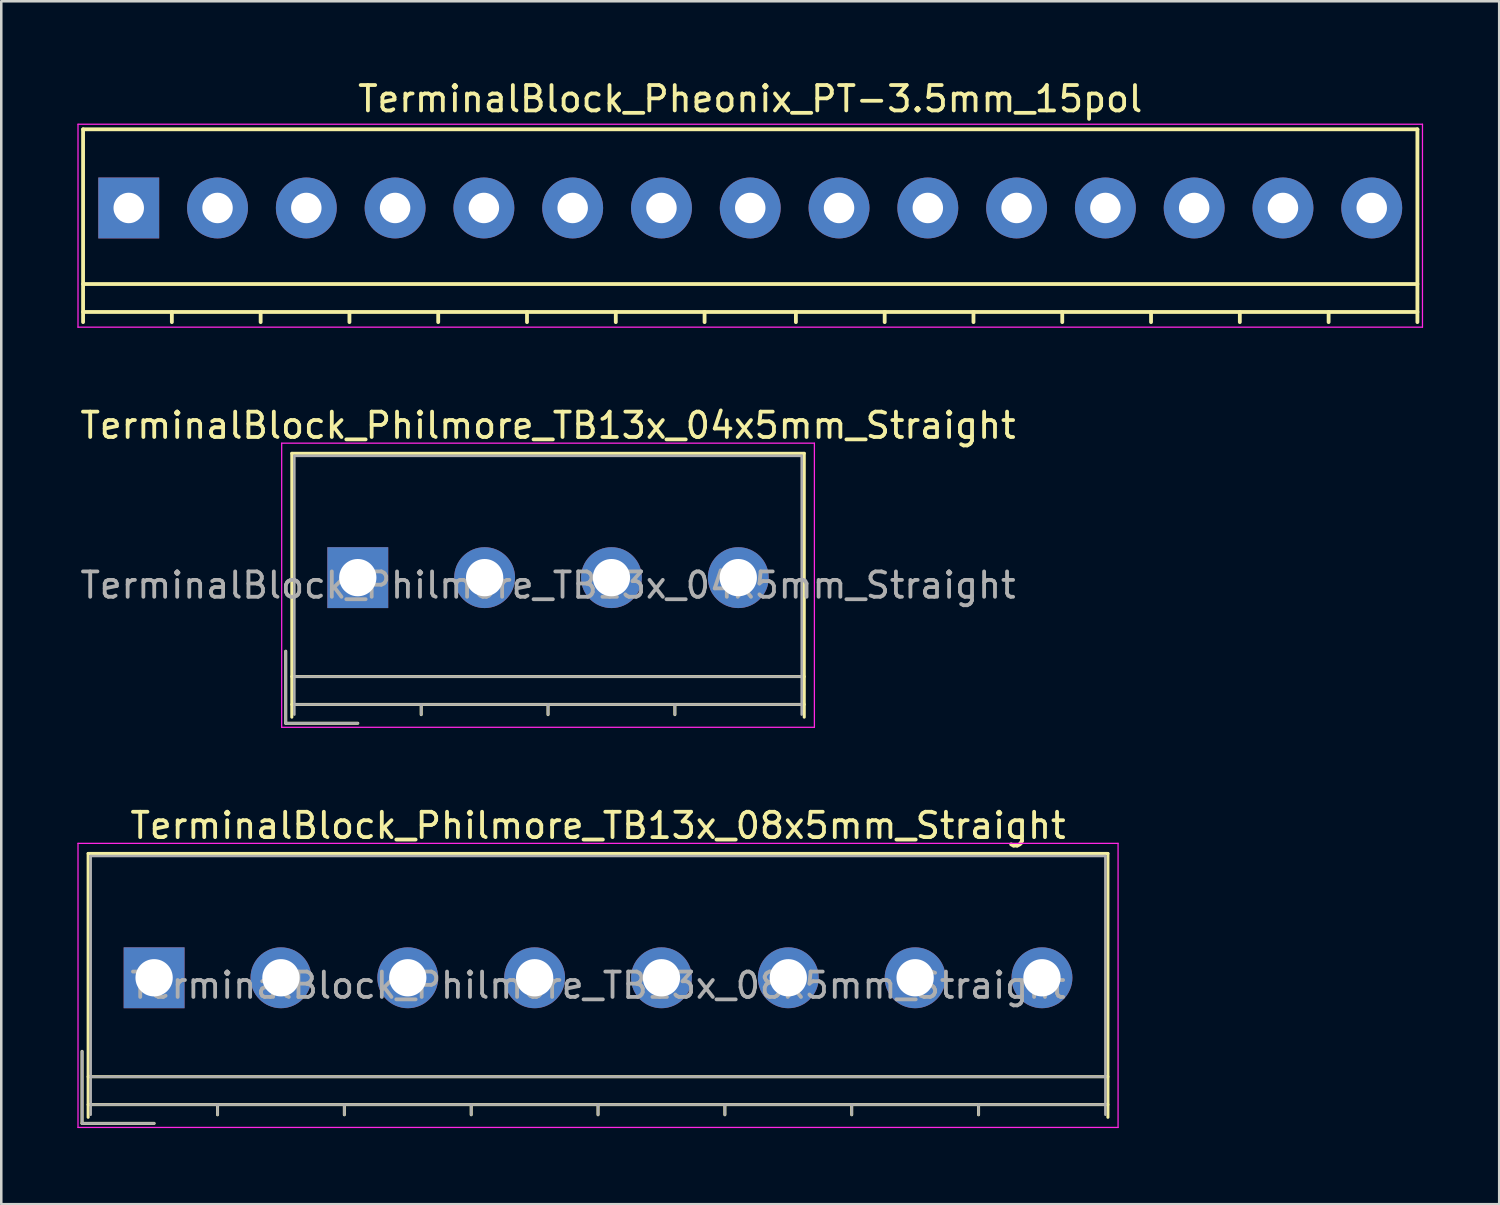
<source format=kicad_pcb>
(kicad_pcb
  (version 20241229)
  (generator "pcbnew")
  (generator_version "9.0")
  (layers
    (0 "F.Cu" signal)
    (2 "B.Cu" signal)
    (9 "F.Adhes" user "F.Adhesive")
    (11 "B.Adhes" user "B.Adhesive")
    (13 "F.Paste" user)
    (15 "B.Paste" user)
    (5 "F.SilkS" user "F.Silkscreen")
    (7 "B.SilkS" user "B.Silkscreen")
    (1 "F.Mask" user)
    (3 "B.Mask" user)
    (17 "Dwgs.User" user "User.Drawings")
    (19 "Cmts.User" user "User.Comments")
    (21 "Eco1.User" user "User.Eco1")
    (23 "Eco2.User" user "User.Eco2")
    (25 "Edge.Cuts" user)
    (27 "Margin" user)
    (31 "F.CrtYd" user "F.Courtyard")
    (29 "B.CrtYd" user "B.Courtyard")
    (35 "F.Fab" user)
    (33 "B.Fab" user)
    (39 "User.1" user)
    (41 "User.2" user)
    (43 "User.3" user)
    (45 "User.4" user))
  (footprint "TerminalBlock_Philmore_TB13x_08x5mm_Straight"
    (layer "F.Cu")
    (at 3.025 35.495)
    (property "Reference" "TerminalBlock_Philmore_TB13x_08x5mm_Straight" (at 17.5 -6 0) (layer "F.SilkS") (effects (font (size 1 1) (thickness 0.15))))
    (attr through_hole)
    (fp_line (start -2.84 2.9) (end -2.84 5.74) (stroke (width 0.12) (type solid)) (layer "F.SilkS"))
    (fp_line (start -2.84 5.74) (end 0 5.74) (stroke (width 0.12) (type solid)) (layer "F.SilkS"))
    (fp_line (start -2.6 -4.9) (end 37.6 -4.9) (stroke (width 0.12) (type solid)) (layer "F.SilkS"))
    (fp_line (start -2.6 3.9) (end 37.6 3.9) (stroke (width 0.12) (type solid)) (layer "F.SilkS"))
    (fp_line (start -2.6 5) (end 37.6 5) (stroke (width 0.12) (type solid)) (layer "F.SilkS"))
    (fp_line (start -2.6 5.5) (end -2.6 -4.9) (stroke (width 0.12) (type solid)) (layer "F.SilkS"))
    (fp_line (start 2.5 5) (end 2.5 5.4) (stroke (width 0.12) (type solid)) (layer "F.SilkS"))
    (fp_line (start 7.5 5) (end 7.5 5.4) (stroke (width 0.12) (type solid)) (layer "F.SilkS"))
    (fp_line (start 12.5 5) (end 12.5 5.4) (stroke (width 0.12) (type solid)) (layer "F.SilkS"))
    (fp_line (start 17.5 5) (end 17.5 5.4) (stroke (width 0.12) (type solid)) (layer "F.SilkS"))
    (fp_line (start 22.5 5) (end 22.5 5.4) (stroke (width 0.12) (type solid)) (layer "F.SilkS"))
    (fp_line (start 27.5 5) (end 27.5 5.4) (stroke (width 0.12) (type solid)) (layer "F.SilkS"))
    (fp_line (start 32.5 5) (end 32.5 5.4) (stroke (width 0.12) (type solid)) (layer "F.SilkS"))
    (fp_line (start 37.6 -4.9) (end 37.6 5.5) (stroke (width 0.12) (type solid)) (layer "F.SilkS"))
    (fp_line (start -3 -5.3) (end -3 5.9) (stroke (width 0.05) (type solid)) (layer "F.CrtYd"))
    (fp_line (start -3 5.9) (end 38 5.9) (stroke (width 0.05) (type solid)) (layer "F.CrtYd"))
    (fp_line (start 38 -5.3) (end -3 -5.3) (stroke (width 0.05) (type solid)) (layer "F.CrtYd"))
    (fp_line (start 38 5.9) (end 38 -5.3) (stroke (width 0.05) (type solid)) (layer "F.CrtYd"))
    (fp_line (start -2.84 2.9) (end -2.84 5.74) (stroke (width 0.1) (type solid)) (layer "F.Fab"))
    (fp_line (start -2.84 5.74) (end 0 5.74) (stroke (width 0.1) (type solid)) (layer "F.Fab"))
    (fp_line (start -2.5 -4.8) (end 37.5 -4.8) (stroke (width 0.1) (type solid)) (layer "F.Fab"))
    (fp_line (start -2.5 3.9) (end 37.5 3.9) (stroke (width 0.1) (type solid)) (layer "F.Fab"))
    (fp_line (start -2.5 5) (end 37.5 5) (stroke (width 0.1) (type solid)) (layer "F.Fab"))
    (fp_line (start -2.5 5.4) (end -2.5 -4.8) (stroke (width 0.1) (type solid)) (layer "F.Fab"))
    (fp_line (start 2.5 5) (end 2.5 5.4) (stroke (width 0.1) (type solid)) (layer "F.Fab"))
    (fp_line (start 7.5 5) (end 7.5 5.4) (stroke (width 0.1) (type solid)) (layer "F.Fab"))
    (fp_line (start 12.5 5) (end 12.5 5.4) (stroke (width 0.1) (type solid)) (layer "F.Fab"))
    (fp_line (start 17.5 5) (end 17.5 5.4) (stroke (width 0.1) (type solid)) (layer "F.Fab"))
    (fp_line (start 22.5 5) (end 22.5 5.4) (stroke (width 0.1) (type solid)) (layer "F.Fab"))
    (fp_line (start 27.5 5) (end 27.5 5.4) (stroke (width 0.1) (type solid)) (layer "F.Fab"))
    (fp_line (start 32.5 5) (end 32.5 5.4) (stroke (width 0.1) (type solid)) (layer "F.Fab"))
    (fp_line (start 37.5 -4.8) (end 37.5 5.4) (stroke (width 0.1) (type solid)) (layer "F.Fab"))
    (fp_text user "${REFERENCE}" (at 17.5 0.3 0) (layer "F.Fab") (effects (font (size 1 1) (thickness 0.15))))
    (pad "1" thru_hole rect (at 0 0) (size 2.4 2.4) (drill 1.47) (layers "*.Cu" "*.Mask"))
    (pad "2" thru_hole circle (at 5 0) (size 2.4 2.4) (drill 1.47) (layers "*.Cu" "*.Mask"))
    (pad "3" thru_hole circle (at 10 0) (size 2.4 2.4) (drill 1.47) (layers "*.Cu" "*.Mask"))
    (pad "4" thru_hole circle (at 15 0) (size 2.4 2.4) (drill 1.47) (layers "*.Cu" "*.Mask"))
    (pad "5" thru_hole circle (at 20 0) (size 2.4 2.4) (drill 1.47) (layers "*.Cu" "*.Mask"))
    (pad "6" thru_hole circle (at 25 0) (size 2.4 2.4) (drill 1.47) (layers "*.Cu" "*.Mask"))
    (pad "7" thru_hole circle (at 30 0) (size 2.4 2.4) (drill 1.47) (layers "*.Cu" "*.Mask"))
    (pad "8" thru_hole circle (at 35 0) (size 2.4 2.4) (drill 1.47) (layers "*.Cu" "*.Mask")))
  (footprint "TerminalBlock_Philmore_TB13x_04x5mm_Straight"
    (layer "F.Cu")
    (at 11.054 19.721)
    (property "Reference" "TerminalBlock_Philmore_TB13x_04x5mm_Straight" (at 7.5 -6 0) (layer "F.SilkS") (effects (font (size 1 1) (thickness 0.15))))
    (attr through_hole)
    (fp_line (start -2.84 2.9) (end -2.84 5.74) (stroke (width 0.12) (type solid)) (layer "F.SilkS"))
    (fp_line (start -2.84 5.74) (end 0 5.74) (stroke (width 0.12) (type solid)) (layer "F.SilkS"))
    (fp_line (start -2.6 -4.9) (end 17.6 -4.9) (stroke (width 0.12) (type solid)) (layer "F.SilkS"))
    (fp_line (start -2.6 3.9) (end 17.6 3.9) (stroke (width 0.12) (type solid)) (layer "F.SilkS"))
    (fp_line (start -2.6 5) (end 17.6 5) (stroke (width 0.12) (type solid)) (layer "F.SilkS"))
    (fp_line (start -2.6 5.5) (end -2.6 -4.9) (stroke (width 0.12) (type solid)) (layer "F.SilkS"))
    (fp_line (start 2.5 5) (end 2.5 5.4) (stroke (width 0.12) (type solid)) (layer "F.SilkS"))
    (fp_line (start 7.5 5) (end 7.5 5.4) (stroke (width 0.12) (type solid)) (layer "F.SilkS"))
    (fp_line (start 12.5 5) (end 12.5 5.4) (stroke (width 0.12) (type solid)) (layer "F.SilkS"))
    (fp_line (start 17.6 -4.9) (end 17.6 5.5) (stroke (width 0.12) (type solid)) (layer "F.SilkS"))
    (fp_line (start -3 -5.3) (end -3 5.9) (stroke (width 0.05) (type solid)) (layer "F.CrtYd"))
    (fp_line (start -3 5.9) (end 18 5.9) (stroke (width 0.05) (type solid)) (layer "F.CrtYd"))
    (fp_line (start 18 -5.3) (end -3 -5.3) (stroke (width 0.05) (type solid)) (layer "F.CrtYd"))
    (fp_line (start 18 5.9) (end 18 -5.3) (stroke (width 0.05) (type solid)) (layer "F.CrtYd"))
    (fp_line (start -2.84 2.9) (end -2.84 5.74) (stroke (width 0.1) (type solid)) (layer "F.Fab"))
    (fp_line (start -2.84 5.74) (end 0 5.74) (stroke (width 0.1) (type solid)) (layer "F.Fab"))
    (fp_line (start -2.5 -4.8) (end 17.5 -4.8) (stroke (width 0.1) (type solid)) (layer "F.Fab"))
    (fp_line (start -2.5 3.9) (end 17.5 3.9) (stroke (width 0.1) (type solid)) (layer "F.Fab"))
    (fp_line (start -2.5 5) (end 17.5 5) (stroke (width 0.1) (type solid)) (layer "F.Fab"))
    (fp_line (start -2.5 5.4) (end -2.5 -4.8) (stroke (width 0.1) (type solid)) (layer "F.Fab"))
    (fp_line (start 2.5 5) (end 2.5 5.4) (stroke (width 0.1) (type solid)) (layer "F.Fab"))
    (fp_line (start 7.5 5) (end 7.5 5.4) (stroke (width 0.1) (type solid)) (layer "F.Fab"))
    (fp_line (start 12.5 5) (end 12.5 5.4) (stroke (width 0.1) (type solid)) (layer "F.Fab"))
    (fp_line (start 17.5 -4.8) (end 17.5 5.4) (stroke (width 0.1) (type solid)) (layer "F.Fab"))
    (fp_text user "${REFERENCE}" (at 7.5 0.3 0) (layer "F.Fab") (effects (font (size 1 1) (thickness 0.15))))
    (pad "1" thru_hole rect (at 0 0) (size 2.4 2.4) (drill 1.47) (layers "*.Cu" "*.Mask"))
    (pad "2" thru_hole circle (at 5 0) (size 2.4 2.4) (drill 1.47) (layers "*.Cu" "*.Mask"))
    (pad "3" thru_hole circle (at 10 0) (size 2.4 2.4) (drill 1.47) (layers "*.Cu" "*.Mask"))
    (pad "4" thru_hole circle (at 15 0) (size 2.4 2.4) (drill 1.47) (layers "*.Cu" "*.Mask")))
  (footprint "TerminalBlock_Pheonix_PT-3.5mm_15pol"
    (layer "F.Cu")
    (at 2.025 5.148)
    (property "Reference" "TerminalBlock_Pheonix_PT-3.5mm_15pol" (at 24.5 -4.3 0) (layer "F.SilkS") (effects (font (size 1 1) (thickness 0.15))))
    (attr through_hole)
    (fp_line (start -1.8 -3.1) (end -1.8 4.5) (stroke (width 0.15) (type solid)) (layer "F.SilkS"))
    (fp_line (start -1.8 3) (end 50.8 3) (stroke (width 0.15) (type solid)) (layer "F.SilkS"))
    (fp_line (start -1.8 4.1) (end 50.8 4.1) (stroke (width 0.15) (type solid)) (layer "F.SilkS"))
    (fp_line (start 1.7 4.1) (end 1.7 4.5) (stroke (width 0.15) (type solid)) (layer "F.SilkS"))
    (fp_line (start 5.2 4.1) (end 5.2 4.5) (stroke (width 0.15) (type solid)) (layer "F.SilkS"))
    (fp_line (start 8.7 4.1) (end 8.7 4.5) (stroke (width 0.15) (type solid)) (layer "F.SilkS"))
    (fp_line (start 12.2 4.1) (end 12.2 4.5) (stroke (width 0.15) (type solid)) (layer "F.SilkS"))
    (fp_line (start 15.7 4.1) (end 15.7 4.5) (stroke (width 0.15) (type solid)) (layer "F.SilkS"))
    (fp_line (start 19.2 4.1) (end 19.2 4.5) (stroke (width 0.15) (type solid)) (layer "F.SilkS"))
    (fp_line (start 22.7 4.1) (end 22.7 4.5) (stroke (width 0.15) (type solid)) (layer "F.SilkS"))
    (fp_line (start 26.3 4.1) (end 26.3 4.5) (stroke (width 0.15) (type solid)) (layer "F.SilkS"))
    (fp_line (start 29.8 4.1) (end 29.8 4.5) (stroke (width 0.15) (type solid)) (layer "F.SilkS"))
    (fp_line (start 33.3 4.1) (end 33.3 4.5) (stroke (width 0.15) (type solid)) (layer "F.SilkS"))
    (fp_line (start 36.8 4.1) (end 36.8 4.5) (stroke (width 0.15) (type solid)) (layer "F.SilkS"))
    (fp_line (start 40.3 4.1) (end 40.3 4.5) (stroke (width 0.15) (type solid)) (layer "F.SilkS"))
    (fp_line (start 43.8 4.1) (end 43.8 4.5) (stroke (width 0.15) (type solid)) (layer "F.SilkS"))
    (fp_line (start 47.3 4.1) (end 47.3 4.5) (stroke (width 0.15) (type solid)) (layer "F.SilkS"))
    (fp_line (start 50.8 -3.1) (end -1.8 -3.1) (stroke (width 0.15) (type solid)) (layer "F.SilkS"))
    (fp_line (start 50.8 4.5) (end 50.8 -3.1) (stroke (width 0.15) (type solid)) (layer "F.SilkS"))
    (fp_line (start -2 -3.3) (end 51 -3.3) (stroke (width 0.05) (type solid)) (layer "F.CrtYd"))
    (fp_line (start -2 4.7) (end -2 -3.3) (stroke (width 0.05) (type solid)) (layer "F.CrtYd"))
    (fp_line (start 51 -3.3) (end 51 4.7) (stroke (width 0.05) (type solid)) (layer "F.CrtYd"))
    (fp_line (start 51 4.7) (end -2 4.7) (stroke (width 0.05) (type solid)) (layer "F.CrtYd"))
    (pad "1" thru_hole rect (at 0 0 180) (size 2.4 2.4) (drill 1.2) (layers "*.Cu" "*.Mask"))
    (pad "2" thru_hole circle (at 3.5 0 180) (size 2.4 2.4) (drill 1.2) (layers "*.Cu" "*.Mask"))
    (pad "3" thru_hole circle (at 7 0 180) (size 2.4 2.4) (drill 1.2) (layers "*.Cu" "*.Mask"))
    (pad "4" thru_hole circle (at 10.5 0 180) (size 2.4 2.4) (drill 1.2) (layers "*.Cu" "*.Mask"))
    (pad "5" thru_hole circle (at 14 0 180) (size 2.4 2.4) (drill 1.2) (layers "*.Cu" "*.Mask"))
    (pad "6" thru_hole circle (at 17.5 0 180) (size 2.4 2.4) (drill 1.2) (layers "*.Cu" "*.Mask"))
    (pad "7" thru_hole circle (at 21 0 180) (size 2.4 2.4) (drill 1.2) (layers "*.Cu" "*.Mask"))
    (pad "8" thru_hole circle (at 24.5 0 180) (size 2.4 2.4) (drill 1.2) (layers "*.Cu" "*.Mask"))
    (pad "9" thru_hole circle (at 28 0 180) (size 2.4 2.4) (drill 1.2) (layers "*.Cu" "*.Mask"))
    (pad "10" thru_hole circle (at 31.5 0 180) (size 2.4 2.4) (drill 1.2) (layers "*.Cu" "*.Mask"))
    (pad "11" thru_hole circle (at 35 0 180) (size 2.4 2.4) (drill 1.2) (layers "*.Cu" "*.Mask"))
    (pad "12" thru_hole circle (at 38.5 0 180) (size 2.4 2.4) (drill 1.2) (layers "*.Cu" "*.Mask"))
    (pad "13" thru_hole circle (at 42 0 180) (size 2.4 2.4) (drill 1.2) (layers "*.Cu" "*.Mask"))
    (pad "14" thru_hole circle (at 45.5 0 180) (size 2.4 2.4) (drill 1.2) (layers "*.Cu" "*.Mask"))
    (pad "15" thru_hole circle (at 49 0 180) (size 2.4 2.4) (drill 1.2) (layers "*.Cu" "*.Mask")))
  (gr_rect
    (start -3 -3)
    (end 56.05 44.42)
    (stroke (width 0.1) (type default))
    (fill no)
    (layer "Edge.Cuts")))
</source>
